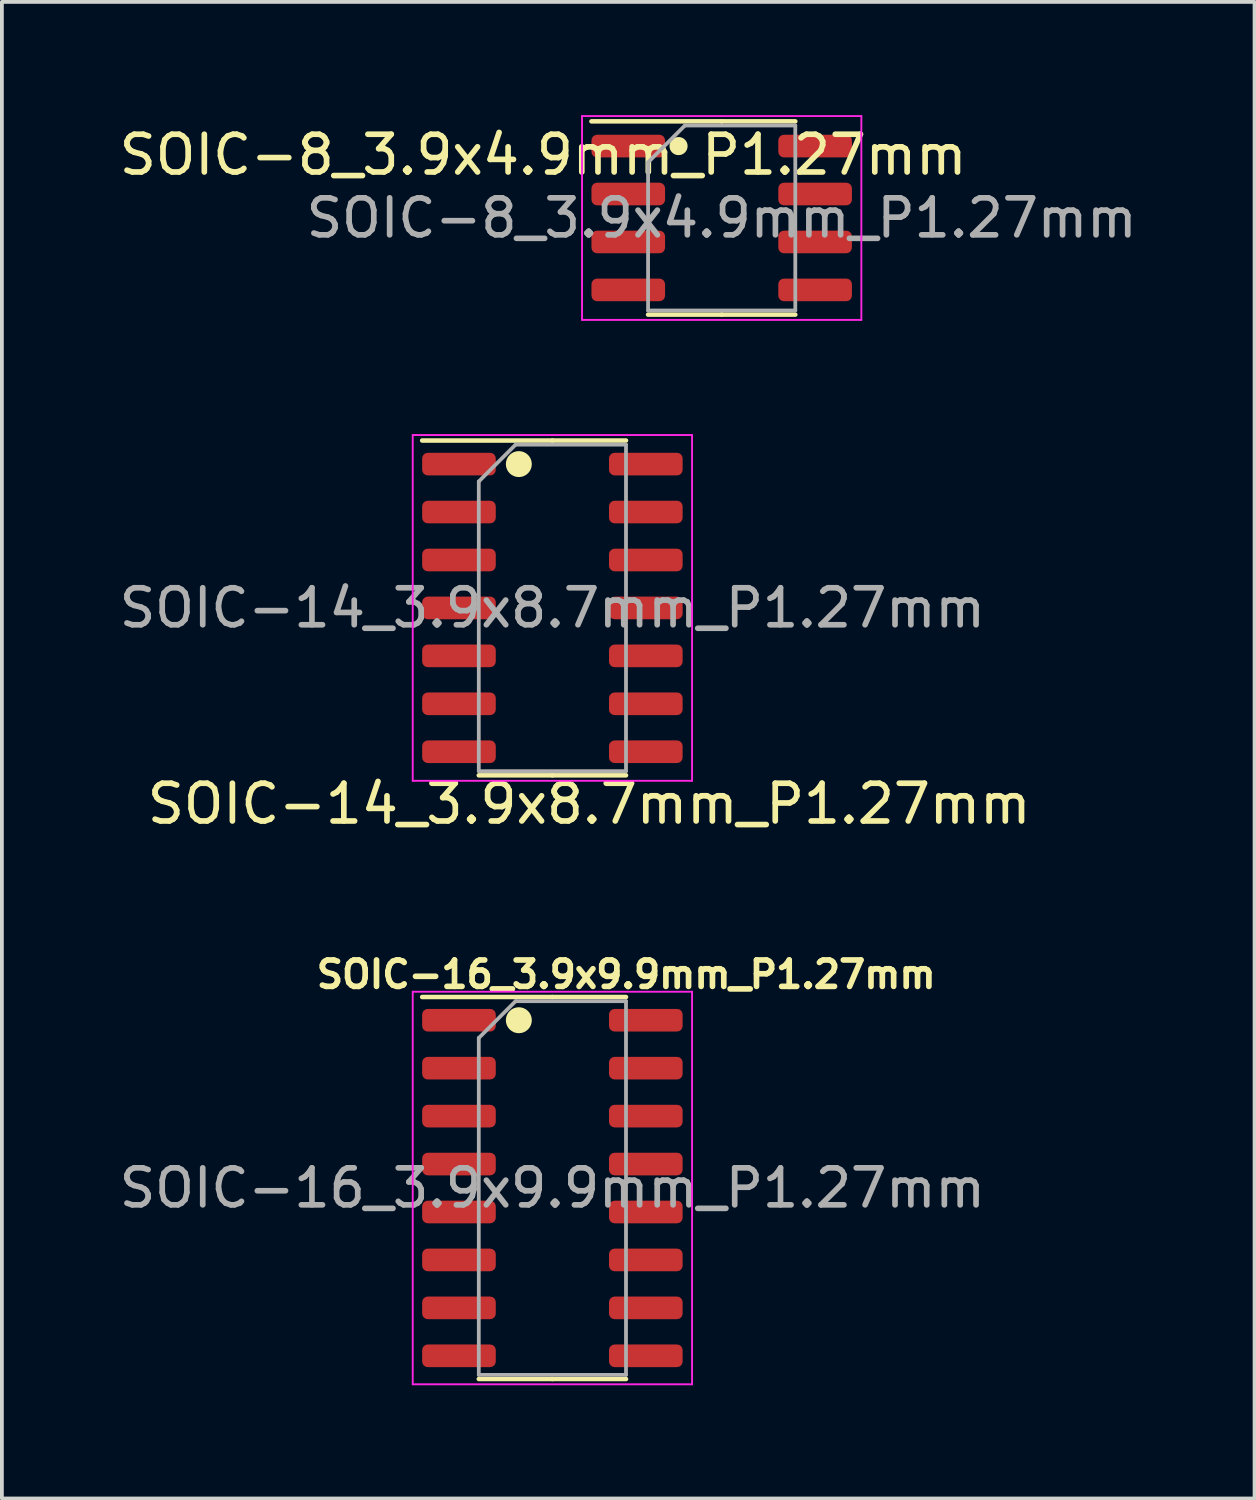
<source format=kicad_pcb>
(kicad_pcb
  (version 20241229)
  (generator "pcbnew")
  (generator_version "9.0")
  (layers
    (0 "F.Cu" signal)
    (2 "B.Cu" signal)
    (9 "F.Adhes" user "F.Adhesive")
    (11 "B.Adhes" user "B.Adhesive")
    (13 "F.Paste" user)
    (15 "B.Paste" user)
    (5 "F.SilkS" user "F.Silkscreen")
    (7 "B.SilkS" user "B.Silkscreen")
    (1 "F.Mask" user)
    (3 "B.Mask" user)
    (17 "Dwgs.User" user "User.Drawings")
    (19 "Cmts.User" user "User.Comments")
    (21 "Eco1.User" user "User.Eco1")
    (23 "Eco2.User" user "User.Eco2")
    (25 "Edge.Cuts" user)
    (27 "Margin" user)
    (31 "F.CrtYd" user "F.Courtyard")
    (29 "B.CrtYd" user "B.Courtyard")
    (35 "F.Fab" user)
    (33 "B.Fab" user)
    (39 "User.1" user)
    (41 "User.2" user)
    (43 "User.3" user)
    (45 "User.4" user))
  (footprint "SOIC-14_3.9x8.7mm_P1.27mm"
    (layer "F.Cu")
    (at 11.584 13.055)
    (property "Reference" "SOIC-14_3.9x8.7mm_P1.27mm" (at 0.975 5.189 180) (layer "F.SilkS") (effects (font (size 1 1) (thickness 0.15))))
    (attr smd)
    (fp_line (start 0 -4.435) (end -3.45 -4.435) (stroke (width 0.12) (type solid)) (layer "F.SilkS"))
    (fp_line (start 0 -4.435) (end 1.95 -4.435) (stroke (width 0.12) (type solid)) (layer "F.SilkS"))
    (fp_line (start 0 4.435) (end -1.95 4.435) (stroke (width 0.12) (type solid)) (layer "F.SilkS"))
    (fp_line (start 0 4.435) (end 1.95 4.435) (stroke (width 0.12) (type solid)) (layer "F.SilkS"))
    (fp_circle (center -0.889 -3.81) (end -0.605 -3.81) (stroke (width 0.12) (type solid)) (fill yes) (layer "F.SilkS"))
    (fp_line (start -3.7 -4.58) (end -3.7 4.58) (stroke (width 0.05) (type solid)) (layer "F.CrtYd"))
    (fp_line (start -3.7 4.58) (end 3.7 4.58) (stroke (width 0.05) (type solid)) (layer "F.CrtYd"))
    (fp_line (start 3.7 -4.58) (end -3.7 -4.58) (stroke (width 0.05) (type solid)) (layer "F.CrtYd"))
    (fp_line (start 3.7 4.58) (end 3.7 -4.58) (stroke (width 0.05) (type solid)) (layer "F.CrtYd"))
    (fp_line (start -1.95 -3.35) (end -0.975 -4.325) (stroke (width 0.1) (type solid)) (layer "F.Fab"))
    (fp_line (start -1.95 4.325) (end -1.95 -3.35) (stroke (width 0.1) (type solid)) (layer "F.Fab"))
    (fp_line (start -0.975 -4.325) (end 1.95 -4.325) (stroke (width 0.1) (type solid)) (layer "F.Fab"))
    (fp_line (start 1.95 -4.325) (end 1.95 4.325) (stroke (width 0.1) (type solid)) (layer "F.Fab"))
    (fp_line (start 1.95 4.325) (end -1.95 4.325) (stroke (width 0.1) (type solid)) (layer "F.Fab"))
    (fp_text user "${REFERENCE}" (at 0 0 0) (layer "F.Fab") (effects (font (size 0.98 0.98) (thickness 0.15))))
    (pad "1" smd roundrect (at -2.475 -3.81) (size 1.95 0.6) (layers "F.Cu" "F.Mask" "F.Paste") (roundrect_rratio 0.25))
    (pad "2" smd roundrect (at -2.475 -2.54) (size 1.95 0.6) (layers "F.Cu" "F.Mask" "F.Paste") (roundrect_rratio 0.25))
    (pad "3" smd roundrect (at -2.475 -1.27) (size 1.95 0.6) (layers "F.Cu" "F.Mask" "F.Paste") (roundrect_rratio 0.25))
    (pad "4" smd roundrect (at -2.475 0) (size 1.95 0.6) (layers "F.Cu" "F.Mask" "F.Paste") (roundrect_rratio 0.25))
    (pad "5" smd roundrect (at -2.475 1.27) (size 1.95 0.6) (layers "F.Cu" "F.Mask" "F.Paste") (roundrect_rratio 0.25))
    (pad "6" smd roundrect (at -2.475 2.54) (size 1.95 0.6) (layers "F.Cu" "F.Mask" "F.Paste") (roundrect_rratio 0.25))
    (pad "7" smd roundrect (at -2.475 3.81) (size 1.95 0.6) (layers "F.Cu" "F.Mask" "F.Paste") (roundrect_rratio 0.25))
    (pad "8" smd roundrect (at 2.475 3.81) (size 1.95 0.6) (layers "F.Cu" "F.Mask" "F.Paste") (roundrect_rratio 0.25))
    (pad "9" smd roundrect (at 2.475 2.54) (size 1.95 0.6) (layers "F.Cu" "F.Mask" "F.Paste") (roundrect_rratio 0.25))
    (pad "10" smd roundrect (at 2.475 1.27) (size 1.95 0.6) (layers "F.Cu" "F.Mask" "F.Paste") (roundrect_rratio 0.25))
    (pad "11" smd roundrect (at 2.475 0) (size 1.95 0.6) (layers "F.Cu" "F.Mask" "F.Paste") (roundrect_rratio 0.25))
    (pad "12" smd roundrect (at 2.475 -1.27) (size 1.95 0.6) (layers "F.Cu" "F.Mask" "F.Paste") (roundrect_rratio 0.25))
    (pad "13" smd roundrect (at 2.475 -2.54) (size 1.95 0.6) (layers "F.Cu" "F.Mask" "F.Paste") (roundrect_rratio 0.25))
    (pad "14" smd roundrect (at 2.475 -3.81) (size 1.95 0.6) (layers "F.Cu" "F.Mask" "F.Paste") (roundrect_rratio 0.25)))
  (footprint "SOIC-16_3.9x9.9mm_P1.27mm"
    (layer "F.Cu")
    (at 11.584 28.423)
    (property "Reference" "SOIC-16_3.9x9.9mm_P1.27mm" (at 1.957 -5.658 0) (layer "F.SilkS") (effects (font (size 0.7 0.7) (thickness 0.15))))
    (attr smd)
    (fp_line (start 0 -5.06) (end -3.45 -5.06) (stroke (width 0.12) (type solid)) (layer "F.SilkS"))
    (fp_line (start 0 -5.06) (end 1.95 -5.06) (stroke (width 0.12) (type solid)) (layer "F.SilkS"))
    (fp_line (start 0 5.06) (end -1.95 5.06) (stroke (width 0.12) (type solid)) (layer "F.SilkS"))
    (fp_line (start 0 5.06) (end 1.95 5.06) (stroke (width 0.12) (type solid)) (layer "F.SilkS"))
    (fp_circle (center -0.889 -4.445) (end -0.605 -4.445) (stroke (width 0.12) (type solid)) (fill yes) (layer "F.SilkS"))
    (fp_line (start -3.7 -5.2) (end -3.7 5.2) (stroke (width 0.05) (type solid)) (layer "F.CrtYd"))
    (fp_line (start -3.7 5.2) (end 3.7 5.2) (stroke (width 0.05) (type solid)) (layer "F.CrtYd"))
    (fp_line (start 3.7 -5.2) (end -3.7 -5.2) (stroke (width 0.05) (type solid)) (layer "F.CrtYd"))
    (fp_line (start 3.7 5.2) (end 3.7 -5.2) (stroke (width 0.05) (type solid)) (layer "F.CrtYd"))
    (fp_line (start -1.95 -3.975) (end -0.975 -4.95) (stroke (width 0.1) (type solid)) (layer "F.Fab"))
    (fp_line (start -1.95 4.95) (end -1.95 -3.975) (stroke (width 0.1) (type solid)) (layer "F.Fab"))
    (fp_line (start -0.975 -4.95) (end 1.95 -4.95) (stroke (width 0.1) (type solid)) (layer "F.Fab"))
    (fp_line (start 1.95 -4.95) (end 1.95 4.95) (stroke (width 0.1) (type solid)) (layer "F.Fab"))
    (fp_line (start 1.95 4.95) (end -1.95 4.95) (stroke (width 0.1) (type solid)) (layer "F.Fab"))
    (fp_text user "${REFERENCE}" (at 0 0 0) (layer "F.Fab") (effects (font (size 0.98 0.98) (thickness 0.15))))
    (pad "1" smd roundrect (at -2.475 -4.445) (size 1.95 0.6) (layers "F.Cu" "F.Mask" "F.Paste") (roundrect_rratio 0.25))
    (pad "2" smd roundrect (at -2.475 -3.175) (size 1.95 0.6) (layers "F.Cu" "F.Mask" "F.Paste") (roundrect_rratio 0.25))
    (pad "3" smd roundrect (at -2.475 -1.905) (size 1.95 0.6) (layers "F.Cu" "F.Mask" "F.Paste") (roundrect_rratio 0.25))
    (pad "4" smd roundrect (at -2.475 -0.635) (size 1.95 0.6) (layers "F.Cu" "F.Mask" "F.Paste") (roundrect_rratio 0.25))
    (pad "5" smd roundrect (at -2.475 0.635) (size 1.95 0.6) (layers "F.Cu" "F.Mask" "F.Paste") (roundrect_rratio 0.25))
    (pad "6" smd roundrect (at -2.475 1.905) (size 1.95 0.6) (layers "F.Cu" "F.Mask" "F.Paste") (roundrect_rratio 0.25))
    (pad "7" smd roundrect (at -2.475 3.175) (size 1.95 0.6) (layers "F.Cu" "F.Mask" "F.Paste") (roundrect_rratio 0.25))
    (pad "8" smd roundrect (at -2.475 4.445) (size 1.95 0.6) (layers "F.Cu" "F.Mask" "F.Paste") (roundrect_rratio 0.25))
    (pad "9" smd roundrect (at 2.475 4.445) (size 1.95 0.6) (layers "F.Cu" "F.Mask" "F.Paste") (roundrect_rratio 0.25))
    (pad "10" smd roundrect (at 2.475 3.175) (size 1.95 0.6) (layers "F.Cu" "F.Mask" "F.Paste") (roundrect_rratio 0.25))
    (pad "11" smd roundrect (at 2.475 1.905) (size 1.95 0.6) (layers "F.Cu" "F.Mask" "F.Paste") (roundrect_rratio 0.25))
    (pad "12" smd roundrect (at 2.475 0.635) (size 1.95 0.6) (layers "F.Cu" "F.Mask" "F.Paste") (roundrect_rratio 0.25))
    (pad "13" smd roundrect (at 2.475 -0.635) (size 1.95 0.6) (layers "F.Cu" "F.Mask" "F.Paste") (roundrect_rratio 0.25))
    (pad "14" smd roundrect (at 2.475 -1.905) (size 1.95 0.6) (layers "F.Cu" "F.Mask" "F.Paste") (roundrect_rratio 0.25))
    (pad "15" smd roundrect (at 2.475 -3.175) (size 1.95 0.6) (layers "F.Cu" "F.Mask" "F.Paste") (roundrect_rratio 0.25))
    (pad "16" smd roundrect (at 2.475 -4.445) (size 1.95 0.6) (layers "F.Cu" "F.Mask" "F.Paste") (roundrect_rratio 0.25)))
  (footprint "SOIC-8_3.9x4.9mm_P1.27mm"
    (layer "F.Cu")
    (at 16.069 2.725)
    (property "Reference" "SOIC-8_3.9x4.9mm_P1.27mm" (at -4.73 -1.674 0) (layer "F.SilkS") (effects (font (size 1 1) (thickness 0.15))))
    (attr smd)
    (fp_line (start 0 -2.56) (end -3.45 -2.56) (stroke (width 0.12) (type solid)) (layer "F.SilkS"))
    (fp_line (start 0 -2.56) (end 1.95 -2.56) (stroke (width 0.12) (type solid)) (layer "F.SilkS"))
    (fp_line (start 0 2.56) (end -1.95 2.56) (stroke (width 0.12) (type solid)) (layer "F.SilkS"))
    (fp_line (start 0 2.56) (end 1.95 2.56) (stroke (width 0.12) (type solid)) (layer "F.SilkS"))
    (fp_circle (center -1.143 -1.905) (end -0.963 -1.905) (stroke (width 0.12) (type solid)) (fill yes) (layer "F.SilkS"))
    (fp_line (start -3.7 -2.7) (end -3.7 2.7) (stroke (width 0.05) (type solid)) (layer "F.CrtYd"))
    (fp_line (start -3.7 2.7) (end 3.7 2.7) (stroke (width 0.05) (type solid)) (layer "F.CrtYd"))
    (fp_line (start 3.7 -2.7) (end -3.7 -2.7) (stroke (width 0.05) (type solid)) (layer "F.CrtYd"))
    (fp_line (start 3.7 2.7) (end 3.7 -2.7) (stroke (width 0.05) (type solid)) (layer "F.CrtYd"))
    (fp_line (start -1.95 -1.475) (end -0.975 -2.45) (stroke (width 0.1) (type solid)) (layer "F.Fab"))
    (fp_line (start -1.95 2.45) (end -1.95 -1.475) (stroke (width 0.1) (type solid)) (layer "F.Fab"))
    (fp_line (start -0.975 -2.45) (end 1.95 -2.45) (stroke (width 0.1) (type solid)) (layer "F.Fab"))
    (fp_line (start 1.95 -2.45) (end 1.95 2.45) (stroke (width 0.1) (type solid)) (layer "F.Fab"))
    (fp_line (start 1.95 2.45) (end -1.95 2.45) (stroke (width 0.1) (type solid)) (layer "F.Fab"))
    (fp_text user "${REFERENCE}" (at 0 0 0) (layer "F.Fab") (effects (font (size 0.98 0.98) (thickness 0.15))))
    (pad "1" smd roundrect (at -2.475 -1.905) (size 1.95 0.6) (layers "F.Cu" "F.Mask" "F.Paste") (roundrect_rratio 0.25))
    (pad "2" smd roundrect (at -2.475 -0.635) (size 1.95 0.6) (layers "F.Cu" "F.Mask" "F.Paste") (roundrect_rratio 0.25))
    (pad "3" smd roundrect (at -2.475 0.635) (size 1.95 0.6) (layers "F.Cu" "F.Mask" "F.Paste") (roundrect_rratio 0.25))
    (pad "4" smd roundrect (at -2.475 1.905) (size 1.95 0.6) (layers "F.Cu" "F.Mask" "F.Paste") (roundrect_rratio 0.25))
    (pad "5" smd roundrect (at 2.475 1.905) (size 1.95 0.6) (layers "F.Cu" "F.Mask" "F.Paste") (roundrect_rratio 0.25))
    (pad "6" smd roundrect (at 2.475 0.635) (size 1.95 0.6) (layers "F.Cu" "F.Mask" "F.Paste") (roundrect_rratio 0.25))
    (pad "7" smd roundrect (at 2.475 -0.635) (size 1.95 0.6) (layers "F.Cu" "F.Mask" "F.Paste") (roundrect_rratio 0.25))
    (pad "8" smd roundrect (at 2.475 -1.905) (size 1.95 0.6) (layers "F.Cu" "F.Mask" "F.Paste") (roundrect_rratio 0.25)))
  (gr_rect
    (start -3 -3)
    (end 30.186 36.648)
    (stroke (width 0.1) (type default))
    (fill no)
    (layer "Edge.Cuts")))
</source>
